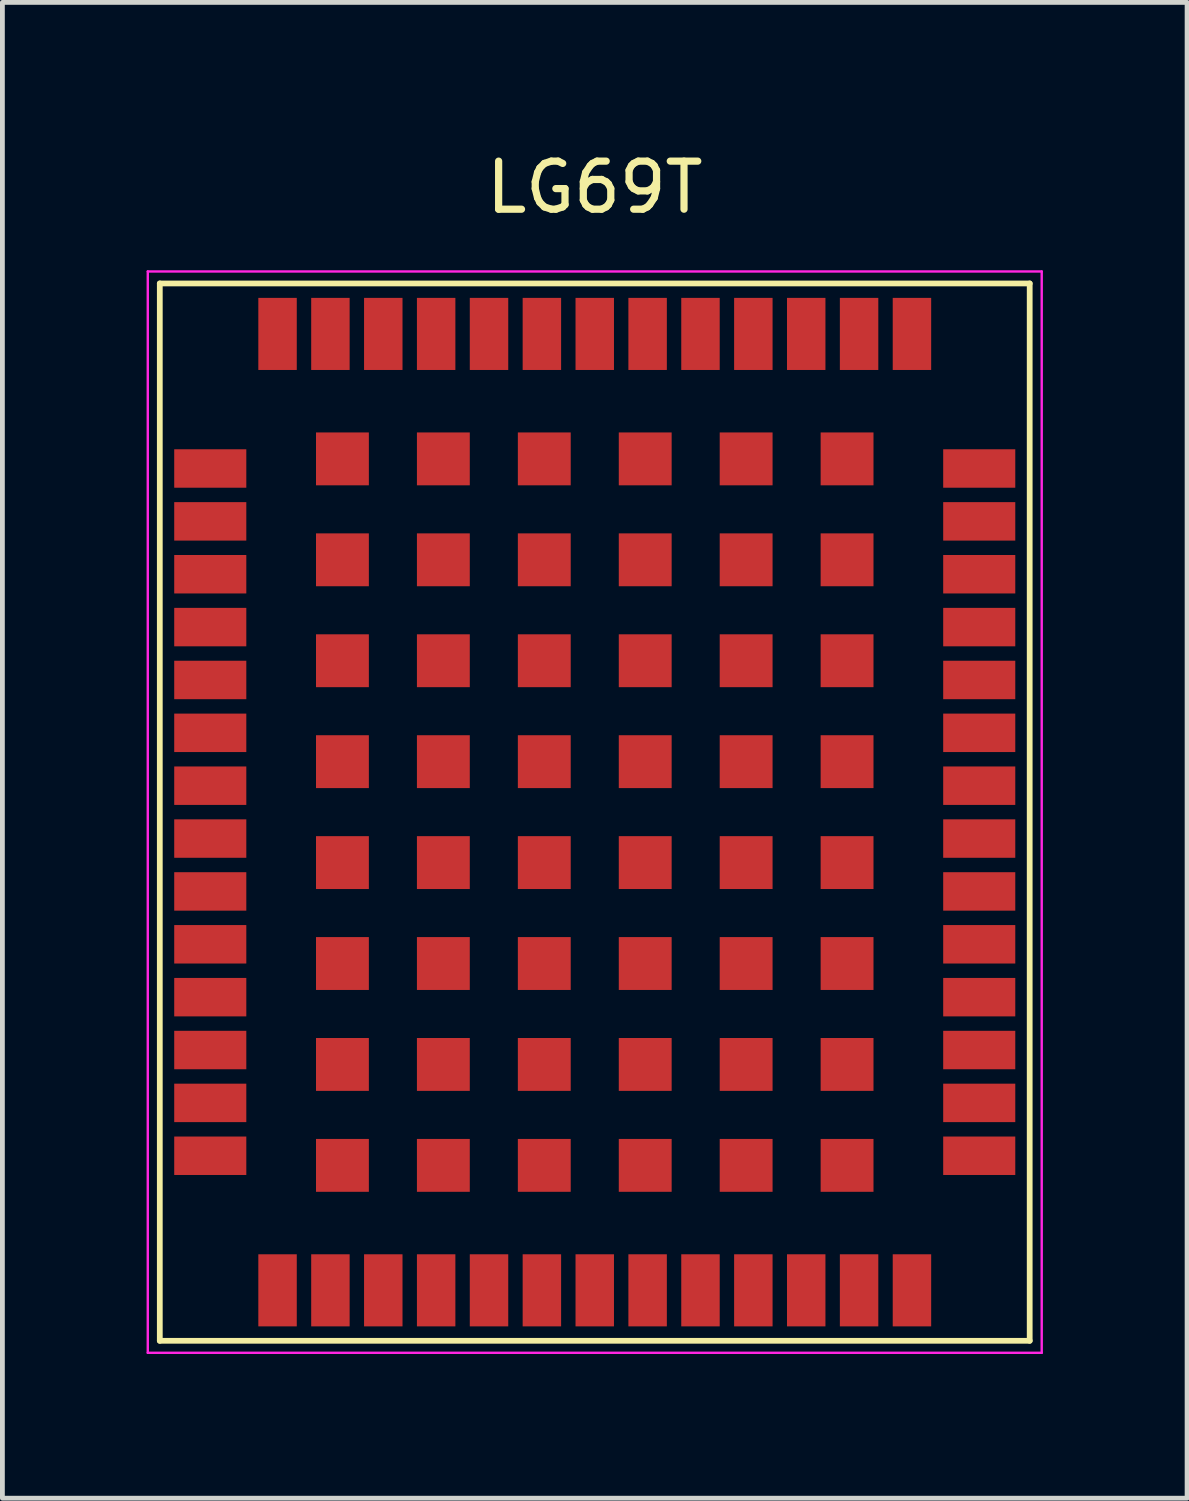
<source format=kicad_pcb>
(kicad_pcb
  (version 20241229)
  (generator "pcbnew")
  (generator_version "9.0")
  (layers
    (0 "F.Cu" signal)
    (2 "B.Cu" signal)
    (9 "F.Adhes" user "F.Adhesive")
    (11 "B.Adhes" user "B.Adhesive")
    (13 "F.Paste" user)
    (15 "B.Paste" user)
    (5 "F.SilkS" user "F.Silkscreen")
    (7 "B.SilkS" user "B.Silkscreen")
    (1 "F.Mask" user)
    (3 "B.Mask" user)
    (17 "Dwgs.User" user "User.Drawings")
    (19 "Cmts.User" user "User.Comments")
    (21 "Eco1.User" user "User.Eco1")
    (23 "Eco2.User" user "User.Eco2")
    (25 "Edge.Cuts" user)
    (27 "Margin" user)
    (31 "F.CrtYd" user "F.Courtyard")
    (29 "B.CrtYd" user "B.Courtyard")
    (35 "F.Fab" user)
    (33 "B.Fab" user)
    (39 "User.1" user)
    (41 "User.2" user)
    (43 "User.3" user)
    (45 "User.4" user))
  (footprint "LG69T"
    (layer "F.Cu")
    (at 9.325 13.848)
    (property "Reference" "LG69T" (at 0 -13 0) (layer "F.SilkS") (effects (font (size 1 1) (thickness 0.15))))
    (attr through_hole)
    (fp_line (start -9.05 -11) (end -9.05 11) (stroke (width 0.12) (type solid)) (layer "F.SilkS"))
    (fp_line (start -9.05 11) (end 9.05 11) (stroke (width 0.12) (type solid)) (layer "F.SilkS"))
    (fp_line (start 9.05 -11) (end -9.05 -11) (stroke (width 0.12) (type solid)) (layer "F.SilkS"))
    (fp_line (start 9.05 11) (end 9.05 -11) (stroke (width 0.12) (type solid)) (layer "F.SilkS"))
    (fp_line (start -9.3 -11.25) (end -9.3 11.25) (stroke (width 0.05) (type solid)) (layer "F.CrtYd"))
    (fp_line (start -9.3 11.25) (end 9.3 11.25) (stroke (width 0.05) (type solid)) (layer "F.CrtYd"))
    (fp_line (start 9.3 -11.25) (end -9.3 -11.25) (stroke (width 0.05) (type solid)) (layer "F.CrtYd"))
    (fp_line (start 9.3 11.25) (end 9.3 -11.25) (stroke (width 0.05) (type solid)) (layer "F.CrtYd"))
    (pad "1" smd rect (at -8 -7.15) (size 1.5 0.8) (layers "F.Cu" "F.Mask" "F.Paste"))
    (pad "2" smd rect (at -8 -6.05) (size 1.5 0.8) (layers "F.Cu" "F.Mask" "F.Paste"))
    (pad "3" smd rect (at -8 -4.95) (size 1.5 0.8) (layers "F.Cu" "F.Mask" "F.Paste"))
    (pad "4" smd rect (at -8 -3.85) (size 1.5 0.8) (layers "F.Cu" "F.Mask" "F.Paste"))
    (pad "5" smd rect (at -8 -2.75) (size 1.5 0.8) (layers "F.Cu" "F.Mask" "F.Paste"))
    (pad "6" smd rect (at -8 -1.65) (size 1.5 0.8) (layers "F.Cu" "F.Mask" "F.Paste"))
    (pad "7" smd rect (at -8 -0.55) (size 1.5 0.8) (layers "F.Cu" "F.Mask" "F.Paste"))
    (pad "8" smd rect (at -8 0.55) (size 1.5 0.8) (layers "F.Cu" "F.Mask" "F.Paste"))
    (pad "9" smd rect (at -8 1.65) (size 1.5 0.8) (layers "F.Cu" "F.Mask" "F.Paste"))
    (pad "10" smd rect (at -8 2.75) (size 1.5 0.8) (layers "F.Cu" "F.Mask" "F.Paste"))
    (pad "11" smd rect (at -8 3.85) (size 1.5 0.8) (layers "F.Cu" "F.Mask" "F.Paste"))
    (pad "12" smd rect (at -8 4.95) (size 1.5 0.8) (layers "F.Cu" "F.Mask" "F.Paste"))
    (pad "13" smd rect (at -8 6.05) (size 1.5 0.8) (layers "F.Cu" "F.Mask" "F.Paste"))
    (pad "14" smd rect (at -8 7.15) (size 1.5 0.8) (layers "F.Cu" "F.Mask" "F.Paste"))
    (pad "15" smd rect (at -6.6 9.95) (size 0.8 1.5) (layers "F.Cu" "F.Mask" "F.Paste"))
    (pad "16" smd rect (at -5.5 9.95) (size 0.8 1.5) (layers "F.Cu" "F.Mask" "F.Paste"))
    (pad "17" smd rect (at -4.4 9.95) (size 0.8 1.5) (layers "F.Cu" "F.Mask" "F.Paste"))
    (pad "18" smd rect (at -3.3 9.95) (size 0.8 1.5) (layers "F.Cu" "F.Mask" "F.Paste"))
    (pad "19" smd rect (at -2.2 9.95) (size 0.8 1.5) (layers "F.Cu" "F.Mask" "F.Paste"))
    (pad "20" smd rect (at -1.1 9.95) (size 0.8 1.5) (layers "F.Cu" "F.Mask" "F.Paste"))
    (pad "21" smd rect (at 0 9.95) (size 0.8 1.5) (layers "F.Cu" "F.Mask" "F.Paste"))
    (pad "22" smd rect (at 1.1 9.95) (size 0.8 1.5) (layers "F.Cu" "F.Mask" "F.Paste"))
    (pad "23" smd rect (at 2.2 9.95) (size 0.8 1.5) (layers "F.Cu" "F.Mask" "F.Paste"))
    (pad "24" smd rect (at 3.3 9.95) (size 0.8 1.5) (layers "F.Cu" "F.Mask" "F.Paste"))
    (pad "25" smd rect (at 4.4 9.95) (size 0.8 1.5) (layers "F.Cu" "F.Mask" "F.Paste"))
    (pad "26" smd rect (at 5.5 9.95) (size 0.8 1.5) (layers "F.Cu" "F.Mask" "F.Paste"))
    (pad "27" smd rect (at 6.6 9.95) (size 0.8 1.5) (layers "F.Cu" "F.Mask" "F.Paste"))
    (pad "28" smd rect (at 8 7.15) (size 1.5 0.8) (layers "F.Cu" "F.Mask" "F.Paste"))
    (pad "29" smd rect (at 8 6.05) (size 1.5 0.8) (layers "F.Cu" "F.Mask" "F.Paste"))
    (pad "30" smd rect (at 8 4.95) (size 1.5 0.8) (layers "F.Cu" "F.Mask" "F.Paste"))
    (pad "31" smd rect (at 8 3.85) (size 1.5 0.8) (layers "F.Cu" "F.Mask" "F.Paste"))
    (pad "32" smd rect (at 8 2.75) (size 1.5 0.8) (layers "F.Cu" "F.Mask" "F.Paste"))
    (pad "33" smd rect (at 8 1.65) (size 1.5 0.8) (layers "F.Cu" "F.Mask" "F.Paste"))
    (pad "34" smd rect (at 8 0.55) (size 1.5 0.8) (layers "F.Cu" "F.Mask" "F.Paste"))
    (pad "35" smd rect (at 8 -0.55) (size 1.5 0.8) (layers "F.Cu" "F.Mask" "F.Paste"))
    (pad "36" smd rect (at 8 -1.65) (size 1.5 0.8) (layers "F.Cu" "F.Mask" "F.Paste"))
    (pad "37" smd rect (at 8 -2.75) (size 1.5 0.8) (layers "F.Cu" "F.Mask" "F.Paste"))
    (pad "38" smd rect (at 8 -3.85) (size 1.5 0.8) (layers "F.Cu" "F.Mask" "F.Paste"))
    (pad "39" smd rect (at 8 -4.95) (size 1.5 0.8) (layers "F.Cu" "F.Mask" "F.Paste"))
    (pad "40" smd rect (at 8 -6.05) (size 1.5 0.8) (layers "F.Cu" "F.Mask" "F.Paste"))
    (pad "41" smd rect (at 8 -7.15) (size 1.5 0.8) (layers "F.Cu" "F.Mask" "F.Paste"))
    (pad "42" smd rect (at 6.6 -9.95) (size 0.8 1.5) (layers "F.Cu" "F.Mask" "F.Paste"))
    (pad "43" smd rect (at 5.5 -9.95) (size 0.8 1.5) (layers "F.Cu" "F.Mask" "F.Paste"))
    (pad "44" smd rect (at 4.4 -9.95) (size 0.8 1.5) (layers "F.Cu" "F.Mask" "F.Paste"))
    (pad "45" smd rect (at 3.3 -9.95) (size 0.8 1.5) (layers "F.Cu" "F.Mask" "F.Paste"))
    (pad "46" smd rect (at 2.2 -9.95) (size 0.8 1.5) (layers "F.Cu" "F.Mask" "F.Paste"))
    (pad "47" smd rect (at 1.1 -9.95) (size 0.8 1.5) (layers "F.Cu" "F.Mask" "F.Paste"))
    (pad "48" smd rect (at 0 -9.95) (size 0.8 1.5) (layers "F.Cu" "F.Mask" "F.Paste"))
    (pad "49" smd rect (at -1.1 -9.95) (size 0.8 1.5) (layers "F.Cu" "F.Mask" "F.Paste"))
    (pad "50" smd rect (at -2.2 -9.95) (size 0.8 1.5) (layers "F.Cu" "F.Mask" "F.Paste"))
    (pad "51" smd rect (at -3.3 -9.95) (size 0.8 1.5) (layers "F.Cu" "F.Mask" "F.Paste"))
    (pad "52" smd rect (at -4.4 -9.95) (size 0.8 1.5) (layers "F.Cu" "F.Mask" "F.Paste"))
    (pad "53" smd rect (at -5.5 -9.95) (size 0.8 1.5) (layers "F.Cu" "F.Mask" "F.Paste"))
    (pad "54" smd rect (at -6.6 -9.95) (size 0.8 1.5) (layers "F.Cu" "F.Mask" "F.Paste"))
    (pad "55" smd rect (at -5.25 -7.35) (size 1.1 1.1) (layers "F.Cu" "F.Mask" "F.Paste"))
    (pad "55" smd rect (at -5.25 -5.25) (size 1.1 1.1) (layers "F.Cu" "F.Mask" "F.Paste"))
    (pad "55" smd rect (at -5.25 -3.15) (size 1.1 1.1) (layers "F.Cu" "F.Mask" "F.Paste"))
    (pad "55" smd rect (at -5.25 -1.05) (size 1.1 1.1) (layers "F.Cu" "F.Mask" "F.Paste"))
    (pad "55" smd rect (at -5.25 1.05) (size 1.1 1.1) (layers "F.Cu" "F.Mask" "F.Paste"))
    (pad "55" smd rect (at -5.25 3.15) (size 1.1 1.1) (layers "F.Cu" "F.Mask" "F.Paste"))
    (pad "55" smd rect (at -5.25 5.25) (size 1.1 1.1) (layers "F.Cu" "F.Mask" "F.Paste"))
    (pad "55" smd rect (at -5.25 7.35) (size 1.1 1.1) (layers "F.Cu" "F.Mask" "F.Paste"))
    (pad "55" smd rect (at -3.15 -7.35) (size 1.1 1.1) (layers "F.Cu" "F.Mask" "F.Paste"))
    (pad "55" smd rect (at -3.15 -5.25) (size 1.1 1.1) (layers "F.Cu" "F.Mask" "F.Paste"))
    (pad "55" smd rect (at -3.15 -3.15) (size 1.1 1.1) (layers "F.Cu" "F.Mask" "F.Paste"))
    (pad "55" smd rect (at -3.15 -1.05) (size 1.1 1.1) (layers "F.Cu" "F.Mask" "F.Paste"))
    (pad "55" smd rect (at -3.15 1.05) (size 1.1 1.1) (layers "F.Cu" "F.Mask" "F.Paste"))
    (pad "55" smd rect (at -3.15 3.15) (size 1.1 1.1) (layers "F.Cu" "F.Mask" "F.Paste"))
    (pad "55" smd rect (at -3.15 5.25) (size 1.1 1.1) (layers "F.Cu" "F.Mask" "F.Paste"))
    (pad "55" smd rect (at -3.15 7.35) (size 1.1 1.1) (layers "F.Cu" "F.Mask" "F.Paste"))
    (pad "55" smd rect (at -1.05 -7.35) (size 1.1 1.1) (layers "F.Cu" "F.Mask" "F.Paste"))
    (pad "55" smd rect (at -1.05 -5.25) (size 1.1 1.1) (layers "F.Cu" "F.Mask" "F.Paste"))
    (pad "55" smd rect (at -1.05 -3.15) (size 1.1 1.1) (layers "F.Cu" "F.Mask" "F.Paste"))
    (pad "55" smd rect (at -1.05 -1.05) (size 1.1 1.1) (layers "F.Cu" "F.Mask" "F.Paste"))
    (pad "55" smd rect (at -1.05 1.05) (size 1.1 1.1) (layers "F.Cu" "F.Mask" "F.Paste"))
    (pad "55" smd rect (at -1.05 3.15) (size 1.1 1.1) (layers "F.Cu" "F.Mask" "F.Paste"))
    (pad "55" smd rect (at -1.05 5.25) (size 1.1 1.1) (layers "F.Cu" "F.Mask" "F.Paste"))
    (pad "55" smd rect (at -1.05 7.35) (size 1.1 1.1) (layers "F.Cu" "F.Mask" "F.Paste"))
    (pad "55" smd rect (at 1.05 -7.35) (size 1.1 1.1) (layers "F.Cu" "F.Mask" "F.Paste"))
    (pad "55" smd rect (at 1.05 -5.25) (size 1.1 1.1) (layers "F.Cu" "F.Mask" "F.Paste"))
    (pad "55" smd rect (at 1.05 -3.15) (size 1.1 1.1) (layers "F.Cu" "F.Mask" "F.Paste"))
    (pad "55" smd rect (at 1.05 -1.05) (size 1.1 1.1) (layers "F.Cu" "F.Mask" "F.Paste"))
    (pad "55" smd rect (at 1.05 1.05) (size 1.1 1.1) (layers "F.Cu" "F.Mask" "F.Paste"))
    (pad "55" smd rect (at 1.05 3.15) (size 1.1 1.1) (layers "F.Cu" "F.Mask" "F.Paste"))
    (pad "55" smd rect (at 1.05 5.25) (size 1.1 1.1) (layers "F.Cu" "F.Mask" "F.Paste"))
    (pad "55" smd rect (at 1.05 7.35) (size 1.1 1.1) (layers "F.Cu" "F.Mask" "F.Paste"))
    (pad "55" smd rect (at 3.15 -7.35) (size 1.1 1.1) (layers "F.Cu" "F.Mask" "F.Paste"))
    (pad "55" smd rect (at 3.15 -5.25) (size 1.1 1.1) (layers "F.Cu" "F.Mask" "F.Paste"))
    (pad "55" smd rect (at 3.15 -3.15) (size 1.1 1.1) (layers "F.Cu" "F.Mask" "F.Paste"))
    (pad "55" smd rect (at 3.15 -1.05) (size 1.1 1.1) (layers "F.Cu" "F.Mask" "F.Paste"))
    (pad "55" smd rect (at 3.15 1.05) (size 1.1 1.1) (layers "F.Cu" "F.Mask" "F.Paste"))
    (pad "55" smd rect (at 3.15 3.15) (size 1.1 1.1) (layers "F.Cu" "F.Mask" "F.Paste"))
    (pad "55" smd rect (at 3.15 5.25) (size 1.1 1.1) (layers "F.Cu" "F.Mask" "F.Paste"))
    (pad "55" smd rect (at 3.15 7.35) (size 1.1 1.1) (layers "F.Cu" "F.Mask" "F.Paste"))
    (pad "55" smd rect (at 5.25 -7.35) (size 1.1 1.1) (layers "F.Cu" "F.Mask" "F.Paste"))
    (pad "55" smd rect (at 5.25 -5.25) (size 1.1 1.1) (layers "F.Cu" "F.Mask" "F.Paste"))
    (pad "55" smd rect (at 5.25 -3.15) (size 1.1 1.1) (layers "F.Cu" "F.Mask" "F.Paste"))
    (pad "55" smd rect (at 5.25 -1.05) (size 1.1 1.1) (layers "F.Cu" "F.Mask" "F.Paste"))
    (pad "55" smd rect (at 5.25 1.05) (size 1.1 1.1) (layers "F.Cu" "F.Mask" "F.Paste"))
    (pad "55" smd rect (at 5.25 3.15) (size 1.1 1.1) (layers "F.Cu" "F.Mask" "F.Paste"))
    (pad "55" smd rect (at 5.25 5.25) (size 1.1 1.1) (layers "F.Cu" "F.Mask" "F.Paste"))
    (pad "55" smd rect (at 5.25 7.35) (size 1.1 1.1) (layers "F.Cu" "F.Mask" "F.Paste")))
  (gr_rect
    (start -3 -3)
    (end 21.65 28.123)
    (stroke (width 0.1) (type default))
    (fill no)
    (layer "Edge.Cuts")))
</source>
